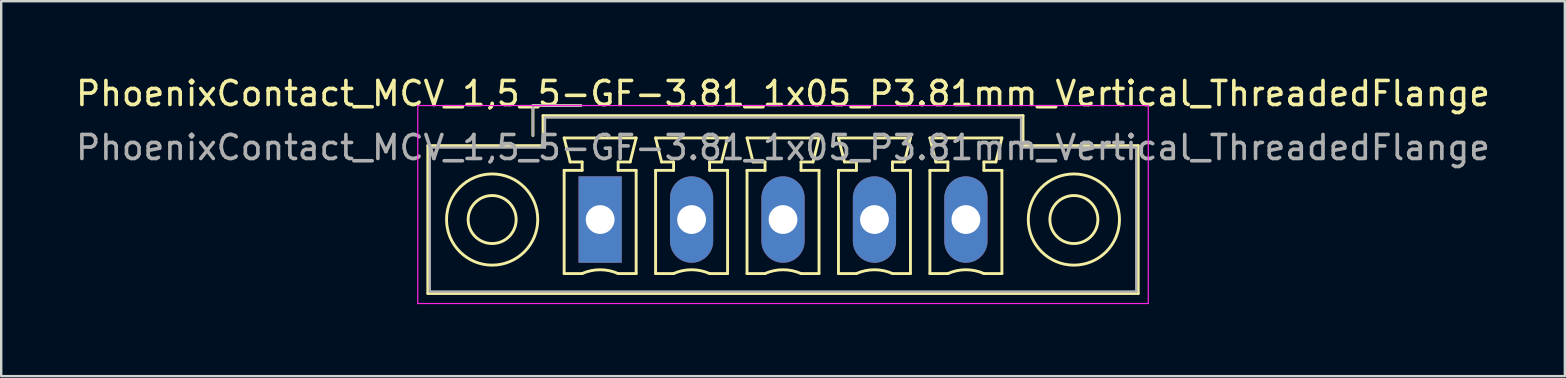
<source format=kicad_pcb>
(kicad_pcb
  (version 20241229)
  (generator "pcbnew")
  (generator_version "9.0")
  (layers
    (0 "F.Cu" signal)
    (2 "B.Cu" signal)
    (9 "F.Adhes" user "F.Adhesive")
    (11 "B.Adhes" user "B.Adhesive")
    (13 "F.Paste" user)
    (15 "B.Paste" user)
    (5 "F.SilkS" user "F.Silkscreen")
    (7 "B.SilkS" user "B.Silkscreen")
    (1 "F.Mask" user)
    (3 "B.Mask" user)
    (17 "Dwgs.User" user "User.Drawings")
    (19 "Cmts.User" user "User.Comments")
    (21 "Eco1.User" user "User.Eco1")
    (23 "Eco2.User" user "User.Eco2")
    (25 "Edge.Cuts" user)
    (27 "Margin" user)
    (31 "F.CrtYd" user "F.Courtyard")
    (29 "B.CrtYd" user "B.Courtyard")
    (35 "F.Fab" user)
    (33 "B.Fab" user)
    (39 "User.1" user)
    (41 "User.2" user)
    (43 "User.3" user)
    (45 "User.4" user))
  (footprint "PhoenixContact_MCV_1,5_5-GF-3.81_1x05_P3.81mm_Vertical_ThreadedFlange"
    (layer "F.Cu")
    (at 21.957 6.098)
    (property "Reference" "PhoenixContact_MCV_1,5_5-GF-3.81_1x05_P3.81mm_Vertical_ThreadedFlange" (at 7.62 -5.25 0) (layer "F.SilkS") (effects (font (size 1 1) (thickness 0.15))))
    (attr through_hole)
    (fp_line (start -7.18 -3.08) (end -7.18 3.08) (stroke (width 0.12) (type solid)) (layer "F.SilkS"))
    (fp_line (start -7.18 3.08) (end 22.42 3.08) (stroke (width 0.12) (type solid)) (layer "F.SilkS"))
    (fp_line (start -2.8 -4.75) (end -0.8 -4.75) (stroke (width 0.12) (type solid)) (layer "F.SilkS"))
    (fp_line (start -2.8 -3.5) (end -2.8 -4.75) (stroke (width 0.12) (type solid)) (layer "F.SilkS"))
    (fp_line (start -2.38 -4.33) (end -2.38 -3.08) (stroke (width 0.12) (type solid)) (layer "F.SilkS"))
    (fp_line (start -2.38 -3.08) (end -7.18 -3.08) (stroke (width 0.12) (type solid)) (layer "F.SilkS"))
    (fp_line (start -1.5 -3.4) (end 1.5 -3.4) (stroke (width 0.12) (type solid)) (layer "F.SilkS"))
    (fp_line (start -1.5 -2.05) (end -0.75 -2.05) (stroke (width 0.12) (type solid)) (layer "F.SilkS"))
    (fp_line (start -1.5 2.25) (end -1.5 -2.05) (stroke (width 0.12) (type solid)) (layer "F.SilkS"))
    (fp_line (start -1.25 -2.4) (end -1.5 -3.4) (stroke (width 0.12) (type solid)) (layer "F.SilkS"))
    (fp_line (start -0.75 -2.4) (end -1.25 -2.4) (stroke (width 0.12) (type solid)) (layer "F.SilkS"))
    (fp_line (start -0.75 -2.05) (end -0.75 -2.4) (stroke (width 0.12) (type solid)) (layer "F.SilkS"))
    (fp_line (start -0.75 2.25) (end -1.5 2.25) (stroke (width 0.12) (type solid)) (layer "F.SilkS"))
    (fp_line (start 0.75 -2.4) (end 0.75 -2.05) (stroke (width 0.12) (type solid)) (layer "F.SilkS"))
    (fp_line (start 0.75 -2.05) (end 1.5 -2.05) (stroke (width 0.12) (type solid)) (layer "F.SilkS"))
    (fp_line (start 1.25 -2.4) (end 0.75 -2.4) (stroke (width 0.12) (type solid)) (layer "F.SilkS"))
    (fp_line (start 1.5 -3.4) (end 1.25 -2.4) (stroke (width 0.12) (type solid)) (layer "F.SilkS"))
    (fp_line (start 1.5 -2.05) (end 1.5 2.25) (stroke (width 0.12) (type solid)) (layer "F.SilkS"))
    (fp_line (start 1.5 2.25) (end 0.75 2.25) (stroke (width 0.12) (type solid)) (layer "F.SilkS"))
    (fp_line (start 2.31 -3.4) (end 5.31 -3.4) (stroke (width 0.12) (type solid)) (layer "F.SilkS"))
    (fp_line (start 2.31 -2.05) (end 3.06 -2.05) (stroke (width 0.12) (type solid)) (layer "F.SilkS"))
    (fp_line (start 2.31 2.25) (end 2.31 -2.05) (stroke (width 0.12) (type solid)) (layer "F.SilkS"))
    (fp_line (start 2.56 -2.4) (end 2.31 -3.4) (stroke (width 0.12) (type solid)) (layer "F.SilkS"))
    (fp_line (start 3.06 -2.4) (end 2.56 -2.4) (stroke (width 0.12) (type solid)) (layer "F.SilkS"))
    (fp_line (start 3.06 -2.05) (end 3.06 -2.4) (stroke (width 0.12) (type solid)) (layer "F.SilkS"))
    (fp_line (start 3.06 2.25) (end 2.31 2.25) (stroke (width 0.12) (type solid)) (layer "F.SilkS"))
    (fp_line (start 4.56 -2.4) (end 4.56 -2.05) (stroke (width 0.12) (type solid)) (layer "F.SilkS"))
    (fp_line (start 4.56 -2.05) (end 5.31 -2.05) (stroke (width 0.12) (type solid)) (layer "F.SilkS"))
    (fp_line (start 5.06 -2.4) (end 4.56 -2.4) (stroke (width 0.12) (type solid)) (layer "F.SilkS"))
    (fp_line (start 5.31 -3.4) (end 5.06 -2.4) (stroke (width 0.12) (type solid)) (layer "F.SilkS"))
    (fp_line (start 5.31 -2.05) (end 5.31 2.25) (stroke (width 0.12) (type solid)) (layer "F.SilkS"))
    (fp_line (start 5.31 2.25) (end 4.56 2.25) (stroke (width 0.12) (type solid)) (layer "F.SilkS"))
    (fp_line (start 6.12 -3.4) (end 9.12 -3.4) (stroke (width 0.12) (type solid)) (layer "F.SilkS"))
    (fp_line (start 6.12 -2.05) (end 6.87 -2.05) (stroke (width 0.12) (type solid)) (layer "F.SilkS"))
    (fp_line (start 6.12 2.25) (end 6.12 -2.05) (stroke (width 0.12) (type solid)) (layer "F.SilkS"))
    (fp_line (start 6.37 -2.4) (end 6.12 -3.4) (stroke (width 0.12) (type solid)) (layer "F.SilkS"))
    (fp_line (start 6.87 -2.4) (end 6.37 -2.4) (stroke (width 0.12) (type solid)) (layer "F.SilkS"))
    (fp_line (start 6.87 -2.05) (end 6.87 -2.4) (stroke (width 0.12) (type solid)) (layer "F.SilkS"))
    (fp_line (start 6.87 2.25) (end 6.12 2.25) (stroke (width 0.12) (type solid)) (layer "F.SilkS"))
    (fp_line (start 8.37 -2.4) (end 8.37 -2.05) (stroke (width 0.12) (type solid)) (layer "F.SilkS"))
    (fp_line (start 8.37 -2.05) (end 9.12 -2.05) (stroke (width 0.12) (type solid)) (layer "F.SilkS"))
    (fp_line (start 8.87 -2.4) (end 8.37 -2.4) (stroke (width 0.12) (type solid)) (layer "F.SilkS"))
    (fp_line (start 9.12 -3.4) (end 8.87 -2.4) (stroke (width 0.12) (type solid)) (layer "F.SilkS"))
    (fp_line (start 9.12 -2.05) (end 9.12 2.25) (stroke (width 0.12) (type solid)) (layer "F.SilkS"))
    (fp_line (start 9.12 2.25) (end 8.37 2.25) (stroke (width 0.12) (type solid)) (layer "F.SilkS"))
    (fp_line (start 9.93 -3.4) (end 12.93 -3.4) (stroke (width 0.12) (type solid)) (layer "F.SilkS"))
    (fp_line (start 9.93 -2.05) (end 10.68 -2.05) (stroke (width 0.12) (type solid)) (layer "F.SilkS"))
    (fp_line (start 9.93 2.25) (end 9.93 -2.05) (stroke (width 0.12) (type solid)) (layer "F.SilkS"))
    (fp_line (start 10.18 -2.4) (end 9.93 -3.4) (stroke (width 0.12) (type solid)) (layer "F.SilkS"))
    (fp_line (start 10.68 -2.4) (end 10.18 -2.4) (stroke (width 0.12) (type solid)) (layer "F.SilkS"))
    (fp_line (start 10.68 -2.05) (end 10.68 -2.4) (stroke (width 0.12) (type solid)) (layer "F.SilkS"))
    (fp_line (start 10.68 2.25) (end 9.93 2.25) (stroke (width 0.12) (type solid)) (layer "F.SilkS"))
    (fp_line (start 12.18 -2.4) (end 12.18 -2.05) (stroke (width 0.12) (type solid)) (layer "F.SilkS"))
    (fp_line (start 12.18 -2.05) (end 12.93 -2.05) (stroke (width 0.12) (type solid)) (layer "F.SilkS"))
    (fp_line (start 12.68 -2.4) (end 12.18 -2.4) (stroke (width 0.12) (type solid)) (layer "F.SilkS"))
    (fp_line (start 12.93 -3.4) (end 12.68 -2.4) (stroke (width 0.12) (type solid)) (layer "F.SilkS"))
    (fp_line (start 12.93 -2.05) (end 12.93 2.25) (stroke (width 0.12) (type solid)) (layer "F.SilkS"))
    (fp_line (start 12.93 2.25) (end 12.18 2.25) (stroke (width 0.12) (type solid)) (layer "F.SilkS"))
    (fp_line (start 13.74 -3.4) (end 16.74 -3.4) (stroke (width 0.12) (type solid)) (layer "F.SilkS"))
    (fp_line (start 13.74 -2.05) (end 14.49 -2.05) (stroke (width 0.12) (type solid)) (layer "F.SilkS"))
    (fp_line (start 13.74 2.25) (end 13.74 -2.05) (stroke (width 0.12) (type solid)) (layer "F.SilkS"))
    (fp_line (start 13.99 -2.4) (end 13.74 -3.4) (stroke (width 0.12) (type solid)) (layer "F.SilkS"))
    (fp_line (start 14.49 -2.4) (end 13.99 -2.4) (stroke (width 0.12) (type solid)) (layer "F.SilkS"))
    (fp_line (start 14.49 -2.05) (end 14.49 -2.4) (stroke (width 0.12) (type solid)) (layer "F.SilkS"))
    (fp_line (start 14.49 2.25) (end 13.74 2.25) (stroke (width 0.12) (type solid)) (layer "F.SilkS"))
    (fp_line (start 15.99 -2.4) (end 15.99 -2.05) (stroke (width 0.12) (type solid)) (layer "F.SilkS"))
    (fp_line (start 15.99 -2.05) (end 16.74 -2.05) (stroke (width 0.12) (type solid)) (layer "F.SilkS"))
    (fp_line (start 16.49 -2.4) (end 15.99 -2.4) (stroke (width 0.12) (type solid)) (layer "F.SilkS"))
    (fp_line (start 16.74 -3.4) (end 16.49 -2.4) (stroke (width 0.12) (type solid)) (layer "F.SilkS"))
    (fp_line (start 16.74 -2.05) (end 16.74 2.25) (stroke (width 0.12) (type solid)) (layer "F.SilkS"))
    (fp_line (start 16.74 2.25) (end 15.99 2.25) (stroke (width 0.12) (type solid)) (layer "F.SilkS"))
    (fp_line (start 17.62 -4.33) (end -2.38 -4.33) (stroke (width 0.12) (type solid)) (layer "F.SilkS"))
    (fp_line (start 17.62 -3.08) (end 17.62 -4.33) (stroke (width 0.12) (type solid)) (layer "F.SilkS"))
    (fp_line (start 22.42 -3.08) (end 17.62 -3.08) (stroke (width 0.12) (type solid)) (layer "F.SilkS"))
    (fp_line (start 22.42 3.08) (end 22.42 -3.08) (stroke (width 0.12) (type solid)) (layer "F.SilkS"))
    (fp_arc (start -0.75 2.25) (mid -0.000193 2.09191) (end 0.749647 2.249844) (stroke (width 0.12) (type solid)) (layer "F.SilkS"))
    (fp_arc (start 3.06 2.25) (mid 3.809807 2.09191) (end 4.559647 2.249844) (stroke (width 0.12) (type solid)) (layer "F.SilkS"))
    (fp_arc (start 6.87 2.25) (mid 7.619807 2.09191) (end 8.369647 2.249844) (stroke (width 0.12) (type solid)) (layer "F.SilkS"))
    (fp_arc (start 10.68 2.25) (mid 11.429807 2.09191) (end 12.179647 2.249844) (stroke (width 0.12) (type solid)) (layer "F.SilkS"))
    (fp_arc (start 14.49 2.25) (mid 15.239807 2.09191) (end 15.989647 2.249844) (stroke (width 0.12) (type solid)) (layer "F.SilkS"))
    (fp_circle (center -4.5 0) (end -3.5 0) (stroke (width 0.12) (type solid)) (fill no) (layer "F.SilkS"))
    (fp_circle (center -4.5 0) (end -2.6 0) (stroke (width 0.12) (type solid)) (fill no) (layer "F.SilkS"))
    (fp_circle (center 19.74 0) (end 20.74 0) (stroke (width 0.12) (type solid)) (fill no) (layer "F.SilkS"))
    (fp_circle (center 19.74 0) (end 21.64 0) (stroke (width 0.12) (type solid)) (fill no) (layer "F.SilkS"))
    (fp_line (start -7.6 -4.75) (end -7.6 3.5) (stroke (width 0.05) (type solid)) (layer "F.CrtYd"))
    (fp_line (start -7.6 3.5) (end 22.84 3.5) (stroke (width 0.05) (type solid)) (layer "F.CrtYd"))
    (fp_line (start 22.84 -4.75) (end -7.6 -4.75) (stroke (width 0.05) (type solid)) (layer "F.CrtYd"))
    (fp_line (start 22.84 3.5) (end 22.84 -4.75) (stroke (width 0.05) (type solid)) (layer "F.CrtYd"))
    (fp_line (start -7.1 -3) (end -7.1 3) (stroke (width 0.1) (type solid)) (layer "F.Fab"))
    (fp_line (start -7.1 3) (end 22.34 3) (stroke (width 0.1) (type solid)) (layer "F.Fab"))
    (fp_line (start -2.8 -4.75) (end -0.8 -4.75) (stroke (width 0.1) (type solid)) (layer "F.Fab"))
    (fp_line (start -2.8 -3.5) (end -2.8 -4.75) (stroke (width 0.1) (type solid)) (layer "F.Fab"))
    (fp_line (start -2.3 -4.25) (end -2.3 -3) (stroke (width 0.1) (type solid)) (layer "F.Fab"))
    (fp_line (start -2.3 -3) (end -7.1 -3) (stroke (width 0.1) (type solid)) (layer "F.Fab"))
    (fp_line (start 17.54 -4.25) (end -2.3 -4.25) (stroke (width 0.1) (type solid)) (layer "F.Fab"))
    (fp_line (start 17.54 -3) (end 17.54 -4.25) (stroke (width 0.1) (type solid)) (layer "F.Fab"))
    (fp_line (start 22.34 -3) (end 17.54 -3) (stroke (width 0.1) (type solid)) (layer "F.Fab"))
    (fp_line (start 22.34 3) (end 22.34 -3) (stroke (width 0.1) (type solid)) (layer "F.Fab"))
    (fp_text user "${REFERENCE}" (at 7.62 -3 0) (layer "F.Fab") (effects (font (size 1 1) (thickness 0.15))))
    (pad "1" thru_hole rect (at 0 0) (size 1.8 3.6) (drill 1.2) (layers "*.Cu" "*.Mask"))
    (pad "2" thru_hole oval (at 3.81 0) (size 1.8 3.6) (drill 1.2) (layers "*.Cu" "*.Mask"))
    (pad "3" thru_hole oval (at 7.62 0) (size 1.8 3.6) (drill 1.2) (layers "*.Cu" "*.Mask"))
    (pad "4" thru_hole oval (at 11.43 0) (size 1.8 3.6) (drill 1.2) (layers "*.Cu" "*.Mask"))
    (pad "5" thru_hole oval (at 15.24 0) (size 1.8 3.6) (drill 1.2) (layers "*.Cu" "*.Mask")))
  (gr_rect
    (start -3 -3)
    (end 62.155 12.623)
    (stroke (width 0.1) (type default))
    (fill no)
    (layer "Edge.Cuts")))
</source>
